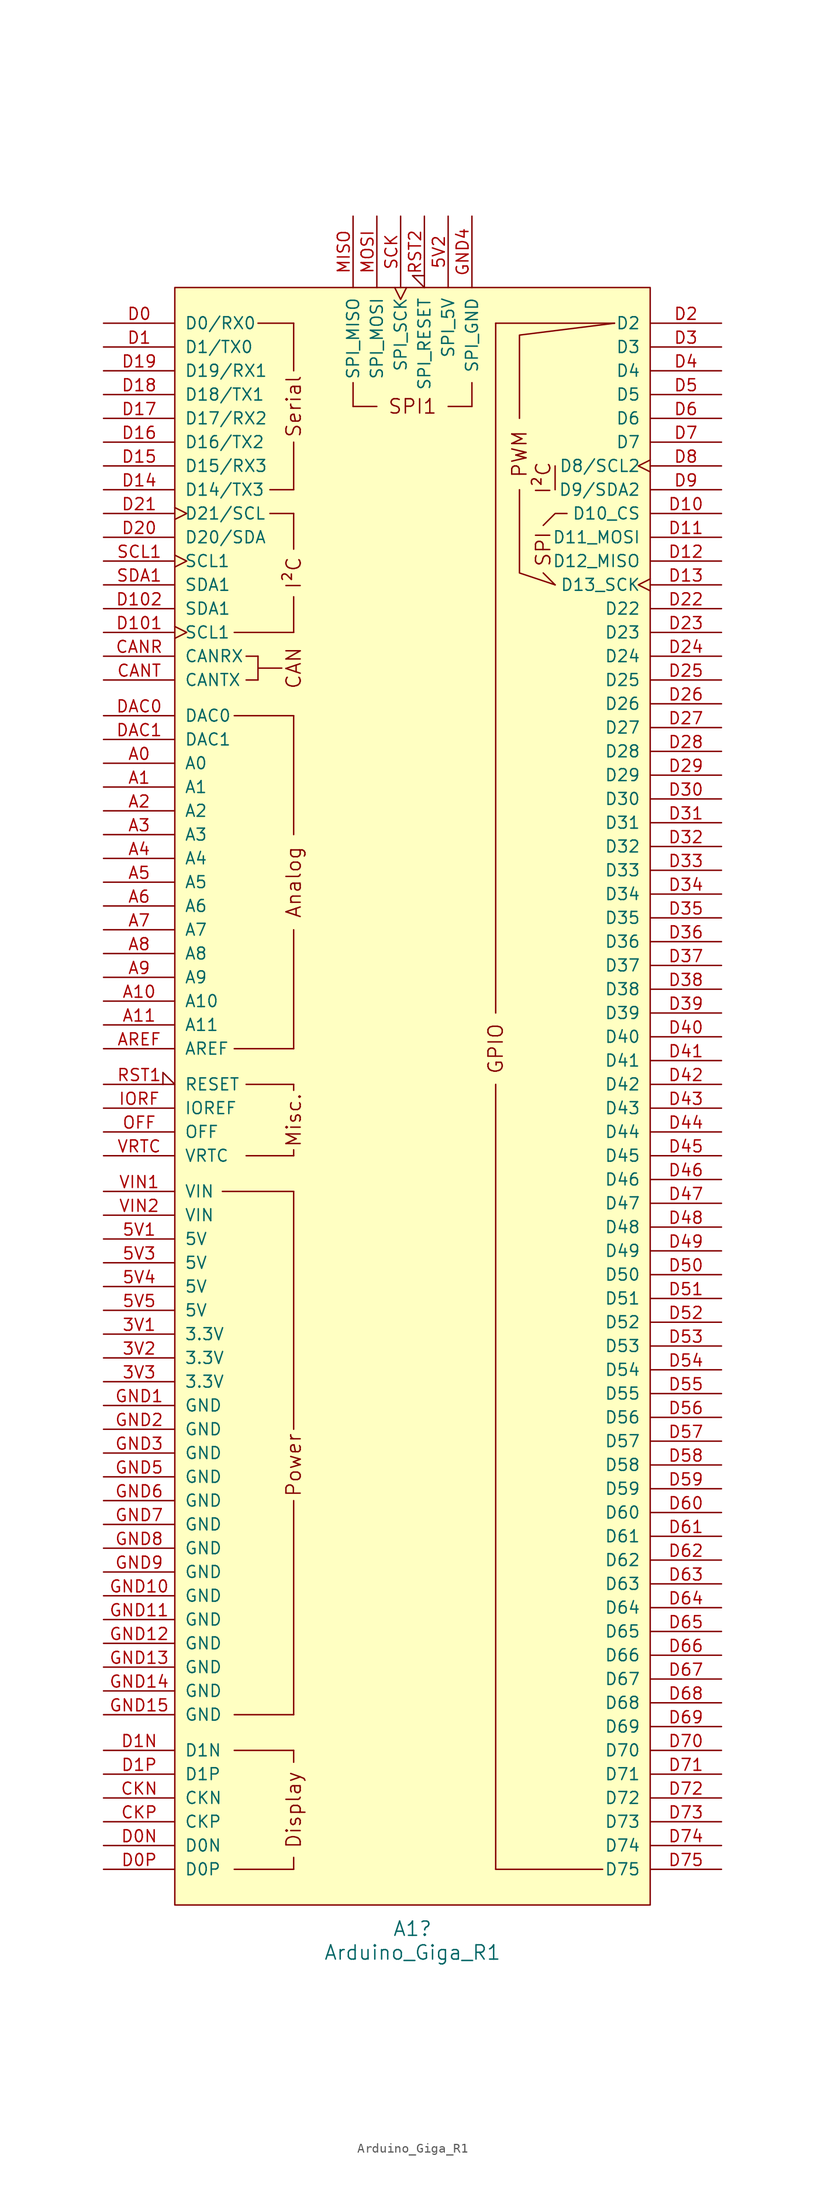
<source format=kicad_sym>
(kicad_symbol_lib
  (version 20231120)
  (generator "kicad_symbol_editor")
  (generator_version "8.0")
  (symbol "Arduino_Giga_R1"
    (pin_names
      (offset 1.016))
    (property "Reference" "A1"
      (at 0 -93.98 0)
      (effects (font (size 1.524 1.524))))
    (property "Value" "Arduino_Giga_R1"
      (at 0 -96.52 0)
      (effects (font (size 1.524 1.524))))
    (symbol "Arduino_Giga_R1_0_0"
      (rectangle (start -20.32 -15.24) (end -12.7 -15.24) (stroke (width 0) (type default)) (fill (type none)))
      (rectangle (start -19.05 -87.63) (end -12.7 -87.63) (stroke (width 0) (type default)) (fill (type none)))
      (rectangle (start -19.05 -74.93) (end -12.7 -74.93) (stroke (width 0) (type default)) (fill (type none)))
      (rectangle (start -19.05 -71.12) (end -12.7 -71.12) (stroke (width 0) (type default)) (fill (type none)))
      (rectangle (start -19.05 0) (end -12.7 0) (stroke (width 0) (type default)) (fill (type none)))
      (rectangle (start -19.05 35.56) (end -12.7 35.56) (stroke (width 0) (type default)) (fill (type none)))
      (rectangle (start -19.05 44.45) (end -12.7 44.45) (stroke (width 0) (type default)) (fill (type none)))
      (rectangle (start -17.78 -11.43) (end -12.7 -11.43) (stroke (width 0) (type default)) (fill (type none)))
      (rectangle (start -17.78 -3.81) (end -12.7 -3.81) (stroke (width 0) (type default)) (fill (type none)))
      (rectangle (start -17.78 39.37) (end -16.51 39.37) (stroke (width 0) (type default)) (fill (type none)))
      (rectangle (start -17.78 41.91) (end -16.51 41.91) (stroke (width 0) (type default)) (fill (type none)))
      (rectangle (start -16.51 40.64) (end -13.97 40.64) (stroke (width 0) (type default)) (fill (type none)))
      (rectangle (start -16.51 41.91) (end -16.51 39.37) (stroke (width 0) (type default)) (fill (type none)))
      (rectangle (start -16.51 77.47) (end -12.7 77.47) (stroke (width 0) (type default)) (fill (type none)))
      (rectangle (start -15.24 57.15) (end -12.7 57.15) (stroke (width 0) (type default)) (fill (type none)))
      (rectangle (start -15.24 59.69) (end -12.7 59.69) (stroke (width 0) (type default)) (fill (type none)))
      (rectangle (start -12.7 -86.36) (end -12.7 -87.63) (stroke (width 0) (type default)) (fill (type none)))
      (rectangle (start -12.7 -74.93) (end -12.7 -76.2) (stroke (width 0) (type default)) (fill (type none)))
      (rectangle (start -12.7 -48.26) (end -12.7 -71.12) (stroke (width 0) (type default)) (fill (type none)))
      (rectangle (start -12.7 -15.24) (end -12.7 -40.64) (stroke (width 0) (type default)) (fill (type none)))
      (rectangle (start -12.7 -10.795) (end -12.7 -11.43) (stroke (width 0) (type default)) (fill (type none)))
      (rectangle (start -12.7 -3.81) (end -12.7 -4.445) (stroke (width 0) (type default)) (fill (type none)))
      (rectangle (start -12.7 12.7) (end -12.7 0) (stroke (width 0) (type default)) (fill (type none)))
      (rectangle (start -12.7 35.56) (end -12.7 22.86) (stroke (width 0) (type default)) (fill (type none)))
      (rectangle (start -12.7 48.26) (end -12.7 44.45) (stroke (width 0) (type default)) (fill (type none)))
      (rectangle (start -12.7 57.15) (end -12.7 53.34) (stroke (width 0) (type default)) (fill (type none)))
      (rectangle (start -12.7 64.77) (end -12.7 59.69) (stroke (width 0) (type default)) (fill (type none)))
      (rectangle (start -12.7 72.39) (end -12.7 77.47) (stroke (width 0) (type default)) (fill (type none)))
      (rectangle (start -6.35 68.58) (end -3.81 68.58) (stroke (width 0) (type default)) (fill (type none)))
      (rectangle (start -6.35 71.12) (end -6.35 68.58) (stroke (width 0) (type default)) (fill (type none)))
      (polyline (pts (xy 8.89 -87.63) (xy 20.32 -87.63)) (stroke (width 0) (type default)) (fill (type none)))
      (polyline (pts (xy 15.24 49.53) (xy 13.97 50.8)) (stroke (width 0) (type default)) (fill (type none)))
      (polyline (pts (xy 15.24 62.23) (xy 15.24 59.69)) (stroke (width 0) (type default)) (fill (type none)))
      (polyline (pts (xy 21.59 77.47) (xy 8.89 77.47)) (stroke (width 0) (type default)) (fill (type none)))
      (polyline (pts (xy 11.43 67.31) (xy 11.43 76.2) (xy 21.59 77.47)) (stroke (width 0) (type default)) (fill (type none)))
      (polyline (pts (xy 13.97 55.88) (xy 15.24 57.15) (xy 16.51 57.15)) (stroke (width 0) (type default)) (fill (type none)))
      (polyline (pts (xy 15.24 49.53) (xy 11.43 50.8) (xy 11.43 59.69)) (stroke (width 0) (type default)) (fill (type none)))
      (rectangle (start 3.81 68.58) (end 6.35 68.58) (stroke (width 0) (type default)) (fill (type none)))
      (rectangle (start 6.35 71.12) (end 6.35 68.58) (stroke (width 0) (type default)) (fill (type none)))
      (text "Analog" (at -12.7 17.78 900) (effects (font (size 1.524 1.524))))
      (text "CAN" (at -12.7 40.64 900) (effects (font (size 1.524 1.524))))
      (text "I²C" (at -12.7 50.8 900) (effects (font (size 1.524 1.524))))
      (text "I²C" (at 13.97 60.96 900) (effects (font (size 1.524 1.524))))
      (text "Misc." (at -12.7 -7.62 900) (effects (font (size 1.524 1.524))))
      (text "Power" (at -12.7 -44.45 900) (effects (font (size 1.524 1.524))))
      (text "PWM" (at 11.43 63.5 900) (effects (font (size 1.524 1.524))))
      (text "Serial" (at -12.7 68.58 900) (effects (font (size 1.524 1.524))))
      (text "SPI" (at 13.97 53.34 900) (effects (font (size 1.524 1.524))))
      (text "SPI1" (at 0 68.58 0) (effects (font (size 1.524 1.524)))))
    (symbol "Arduino_Giga_R1_1_0"
      (rectangle (start -25.4 81.28) (end 25.4 -91.44) (stroke (width 0) (type default)) (fill (type background)))
      (rectangle (start 8.89 -3.81) (end 8.89 -87.63) (stroke (width 0) (type default)) (fill (type none)))
      (rectangle (start 8.89 77.47) (end 8.89 3.81) (stroke (width 0) (type default)) (fill (type none)))
      (text "Display" (at -12.7 -81.28 900) (effects (font (size 1.524 1.524))))
      (text "GPIO" (at 8.89 0 900) (effects (font (size 1.524 1.524))))
      (pin bidirectional line (at 33.02 -34.29 180) (length 7.62) (name "D54" (effects (font (size 1.27 1.27)))) (number "D54" (effects (font (size 1.27 1.27)))))
      (pin bidirectional line (at 33.02 -36.83 180) (length 7.62) (name "D55" (effects (font (size 1.27 1.27)))) (number "D55" (effects (font (size 1.27 1.27)))))
      (pin bidirectional line (at 33.02 -39.37 180) (length 7.62) (name "D56" (effects (font (size 1.27 1.27)))) (number "D56" (effects (font (size 1.27 1.27)))))
      (pin bidirectional line (at 33.02 -41.91 180) (length 7.62) (name "D57" (effects (font (size 1.27 1.27)))) (number "D57" (effects (font (size 1.27 1.27)))))
      (pin bidirectional line (at 33.02 -44.45 180) (length 7.62) (name "D58" (effects (font (size 1.27 1.27)))) (number "D58" (effects (font (size 1.27 1.27)))))
      (pin bidirectional line (at 33.02 -46.99 180) (length 7.62) (name "D59" (effects (font (size 1.27 1.27)))) (number "D59" (effects (font (size 1.27 1.27)))))
      (pin bidirectional line (at 33.02 -49.53 180) (length 7.62) (name "D60" (effects (font (size 1.27 1.27)))) (number "D60" (effects (font (size 1.27 1.27)))))
      (pin bidirectional line (at 33.02 -52.07 180) (length 7.62) (name "D61" (effects (font (size 1.27 1.27)))) (number "D61" (effects (font (size 1.27 1.27)))))
      (pin bidirectional line (at 33.02 -54.61 180) (length 7.62) (name "D62" (effects (font (size 1.27 1.27)))) (number "D62" (effects (font (size 1.27 1.27)))))
      (pin bidirectional line (at 33.02 -57.15 180) (length 7.62) (name "D63" (effects (font (size 1.27 1.27)))) (number "D63" (effects (font (size 1.27 1.27)))))
      (pin bidirectional line (at 33.02 -59.69 180) (length 7.62) (name "D64" (effects (font (size 1.27 1.27)))) (number "D64" (effects (font (size 1.27 1.27)))))
      (pin bidirectional line (at 33.02 -62.23 180) (length 7.62) (name "D65" (effects (font (size 1.27 1.27)))) (number "D65" (effects (font (size 1.27 1.27)))))
      (pin bidirectional line (at 33.02 -64.77 180) (length 7.62) (name "D66" (effects (font (size 1.27 1.27)))) (number "D66" (effects (font (size 1.27 1.27)))))
      (pin bidirectional line (at 33.02 -67.31 180) (length 7.62) (name "D67" (effects (font (size 1.27 1.27)))) (number "D67" (effects (font (size 1.27 1.27)))))
      (pin bidirectional line (at 33.02 -69.85 180) (length 7.62) (name "D68" (effects (font (size 1.27 1.27)))) (number "D68" (effects (font (size 1.27 1.27)))))
      (pin bidirectional line (at 33.02 -72.39 180) (length 7.62) (name "D69" (effects (font (size 1.27 1.27)))) (number "D69" (effects (font (size 1.27 1.27)))))
      (pin bidirectional line (at 33.02 -74.93 180) (length 7.62) (name "D70" (effects (font (size 1.27 1.27)))) (number "D70" (effects (font (size 1.27 1.27)))))
      (pin bidirectional line (at 33.02 -77.47 180) (length 7.62) (name "D71" (effects (font (size 1.27 1.27)))) (number "D71" (effects (font (size 1.27 1.27)))))
      (pin bidirectional line (at 33.02 -80.01 180) (length 7.62) (name "D72" (effects (font (size 1.27 1.27)))) (number "D72" (effects (font (size 1.27 1.27)))))
      (pin bidirectional line (at 33.02 -82.55 180) (length 7.62) (name "D73" (effects (font (size 1.27 1.27)))) (number "D73" (effects (font (size 1.27 1.27)))))
      (pin bidirectional line (at 33.02 -85.09 180) (length 7.62) (name "D74" (effects (font (size 1.27 1.27)))) (number "D74" (effects (font (size 1.27 1.27)))))
      (pin bidirectional line (at 33.02 -87.63 180) (length 7.62) (name "D75" (effects (font (size 1.27 1.27)))) (number "D75" (effects (font (size 1.27 1.27))))))
    (symbol "Arduino_Giga_R1_1_1"
      (pin power_out line (at -33.02 -30.48 0) (length 7.62) (name "3.3V" (effects (font (size 1.27 1.27)))) (number "3V1" (effects (font (size 1.27 1.27)))))
      (pin power_out line (at -33.02 -33.02 0) (length 7.62) (name "3.3V" (effects (font (size 1.27 1.27)))) (number "3V2" (effects (font (size 1.27 1.27)))))
      (pin power_out line (at -33.02 -35.56 0) (length 7.62) (name "3.3V" (effects (font (size 1.27 1.27)))) (number "3V3" (effects (font (size 1.27 1.27)))))
      (pin power_in line (at -33.02 -20.32 0) (length 7.62) (name "5V" (effects (font (size 1.27 1.27)))) (number "5V1" (effects (font (size 1.27 1.27)))))
      (pin power_in line (at 3.81 88.9 270) (length 7.62) (name "SPI_5V" (effects (font (size 1.27 1.27)))) (number "5V2" (effects (font (size 1.27 1.27)))))
      (pin power_in line (at -33.02 -22.86 0) (length 7.62) (name "5V" (effects (font (size 1.27 1.27)))) (number "5V3" (effects (font (size 1.27 1.27)))))
      (pin power_in line (at -33.02 -25.4 0) (length 7.62) (name "5V" (effects (font (size 1.27 1.27)))) (number "5V4" (effects (font (size 1.27 1.27)))))
      (pin power_in line (at -33.02 -27.94 0) (length 7.62) (name "5V" (effects (font (size 1.27 1.27)))) (number "5V5" (effects (font (size 1.27 1.27)))))
      (pin bidirectional line (at -33.02 30.48 0) (length 7.62) (name "A0" (effects (font (size 1.27 1.27)))) (number "A0" (effects (font (size 1.27 1.27)))))
      (pin bidirectional line (at -33.02 27.94 0) (length 7.62) (name "A1" (effects (font (size 1.27 1.27)))) (number "A1" (effects (font (size 1.27 1.27)))))
      (pin input line (at -33.02 5.08 0) (length 7.62) (name "A10" (effects (font (size 1.27 1.27)))) (number "A10" (effects (font (size 1.27 1.27)))))
      (pin input line (at -33.02 2.54 0) (length 7.62) (name "A11" (effects (font (size 1.27 1.27)))) (number "A11" (effects (font (size 1.27 1.27)))))
      (pin bidirectional line (at -33.02 25.4 0) (length 7.62) (name "A2" (effects (font (size 1.27 1.27)))) (number "A2" (effects (font (size 1.27 1.27)))))
      (pin bidirectional line (at -33.02 22.86 0) (length 7.62) (name "A3" (effects (font (size 1.27 1.27)))) (number "A3" (effects (font (size 1.27 1.27)))))
      (pin bidirectional line (at -33.02 20.32 0) (length 7.62) (name "A4" (effects (font (size 1.27 1.27)))) (number "A4" (effects (font (size 1.27 1.27)))))
      (pin bidirectional line (at -33.02 17.78 0) (length 7.62) (name "A5" (effects (font (size 1.27 1.27)))) (number "A5" (effects (font (size 1.27 1.27)))))
      (pin bidirectional line (at -33.02 15.24 0) (length 7.62) (name "A6" (effects (font (size 1.27 1.27)))) (number "A6" (effects (font (size 1.27 1.27)))))
      (pin bidirectional line (at -33.02 12.7 0) (length 7.62) (name "A7" (effects (font (size 1.27 1.27)))) (number "A7" (effects (font (size 1.27 1.27)))))
      (pin input line (at -33.02 10.16 0) (length 7.62) (name "A8" (effects (font (size 1.27 1.27)))) (number "A8" (effects (font (size 1.27 1.27)))))
      (pin input line (at -33.02 7.62 0) (length 7.62) (name "A9" (effects (font (size 1.27 1.27)))) (number "A9" (effects (font (size 1.27 1.27)))))
      (pin input line (at -33.02 0 0) (length 7.62) (name "AREF" (effects (font (size 1.27 1.27)))) (number "AREF" (effects (font (size 1.27 1.27)))))
      (pin bidirectional line (at -33.02 41.91 0) (length 7.62) (name "CANRX" (effects (font (size 1.27 1.27)))) (number "CANR" (effects (font (size 1.27 1.27)))))
      (pin bidirectional line (at -33.02 39.37 0) (length 7.62) (name "CANTX" (effects (font (size 1.27 1.27)))) (number "CANT" (effects (font (size 1.27 1.27)))))
      (pin bidirectional line (at -33.02 -80.01 0) (length 7.62) (name "CKN" (effects (font (size 1.27 1.27)))) (number "CKN" (effects (font (size 1.27 1.27)))))
      (pin bidirectional line (at -33.02 -82.55 0) (length 7.62) (name "CKP" (effects (font (size 1.27 1.27)))) (number "CKP" (effects (font (size 1.27 1.27)))))
      (pin bidirectional line (at -33.02 77.47 0) (length 7.62) (name "D0/RX0" (effects (font (size 1.27 1.27)))) (number "D0" (effects (font (size 1.27 1.27)))))
      (pin bidirectional line (at -33.02 -85.09 0) (length 7.62) (name "D0N" (effects (font (size 1.27 1.27)))) (number "D0N" (effects (font (size 1.27 1.27)))))
      (pin bidirectional line (at -33.02 -87.63 0) (length 7.62) (name "D0P" (effects (font (size 1.27 1.27)))) (number "D0P" (effects (font (size 1.27 1.27)))))
      (pin bidirectional line (at -33.02 74.93 0) (length 7.62) (name "D1/TX0" (effects (font (size 1.27 1.27)))) (number "D1" (effects (font (size 1.27 1.27)))))
      (pin bidirectional line (at 33.02 57.15 180) (length 7.62) (name "D10_CS" (effects (font (size 1.27 1.27)))) (number "D10" (effects (font (size 1.27 1.27)))))
      (pin bidirectional clock (at -33.02 44.45 0) (length 7.62) (name "SCL1" (effects (font (size 1.27 1.27)))) (number "D101" (effects (font (size 1.27 1.27)))))
      (pin bidirectional line (at -33.02 46.99 0) (length 7.62) (name "SDA1" (effects (font (size 1.27 1.27)))) (number "D102" (effects (font (size 1.27 1.27)))))
      (pin bidirectional line (at 33.02 54.61 180) (length 7.62) (name "D11_MOSI" (effects (font (size 1.27 1.27)))) (number "D11" (effects (font (size 1.27 1.27)))))
      (pin bidirectional line (at 33.02 52.07 180) (length 7.62) (name "D12_MISO" (effects (font (size 1.27 1.27)))) (number "D12" (effects (font (size 1.27 1.27)))))
      (pin bidirectional clock (at 33.02 49.53 180) (length 7.62) (name "D13_SCK" (effects (font (size 1.27 1.27)))) (number "D13" (effects (font (size 1.27 1.27)))))
      (pin bidirectional line (at -33.02 59.69 0) (length 7.62) (name "D14/TX3" (effects (font (size 1.27 1.27)))) (number "D14" (effects (font (size 1.27 1.27)))))
      (pin bidirectional line (at -33.02 62.23 0) (length 7.62) (name "D15/RX3" (effects (font (size 1.27 1.27)))) (number "D15" (effects (font (size 1.27 1.27)))))
      (pin bidirectional line (at -33.02 64.77 0) (length 7.62) (name "D16/TX2" (effects (font (size 1.27 1.27)))) (number "D16" (effects (font (size 1.27 1.27)))))
      (pin bidirectional line (at -33.02 67.31 0) (length 7.62) (name "D17/RX2" (effects (font (size 1.27 1.27)))) (number "D17" (effects (font (size 1.27 1.27)))))
      (pin bidirectional line (at -33.02 69.85 0) (length 7.62) (name "D18/TX1" (effects (font (size 1.27 1.27)))) (number "D18" (effects (font (size 1.27 1.27)))))
      (pin bidirectional line (at -33.02 72.39 0) (length 7.62) (name "D19/RX1" (effects (font (size 1.27 1.27)))) (number "D19" (effects (font (size 1.27 1.27)))))
      (pin bidirectional line (at -33.02 -74.93 0) (length 7.62) (name "D1N" (effects (font (size 1.27 1.27)))) (number "D1N" (effects (font (size 1.27 1.27)))))
      (pin bidirectional line (at -33.02 -77.47 0) (length 7.62) (name "D1P" (effects (font (size 1.27 1.27)))) (number "D1P" (effects (font (size 1.27 1.27)))))
      (pin bidirectional line (at 33.02 77.47 180) (length 7.62) (name "D2" (effects (font (size 1.27 1.27)))) (number "D2" (effects (font (size 1.27 1.27)))))
      (pin bidirectional line (at -33.02 54.61 0) (length 7.62) (name "D20/SDA" (effects (font (size 1.27 1.27)))) (number "D20" (effects (font (size 1.27 1.27)))))
      (pin bidirectional clock (at -33.02 57.15 0) (length 7.62) (name "D21/SCL" (effects (font (size 1.27 1.27)))) (number "D21" (effects (font (size 1.27 1.27)))))
      (pin bidirectional line (at 33.02 46.99 180) (length 7.62) (name "D22" (effects (font (size 1.27 1.27)))) (number "D22" (effects (font (size 1.27 1.27)))))
      (pin bidirectional line (at 33.02 44.45 180) (length 7.62) (name "D23" (effects (font (size 1.27 1.27)))) (number "D23" (effects (font (size 1.27 1.27)))))
      (pin bidirectional line (at 33.02 41.91 180) (length 7.62) (name "D24" (effects (font (size 1.27 1.27)))) (number "D24" (effects (font (size 1.27 1.27)))))
      (pin bidirectional line (at 33.02 39.37 180) (length 7.62) (name "D25" (effects (font (size 1.27 1.27)))) (number "D25" (effects (font (size 1.27 1.27)))))
      (pin bidirectional line (at 33.02 36.83 180) (length 7.62) (name "D26" (effects (font (size 1.27 1.27)))) (number "D26" (effects (font (size 1.27 1.27)))))
      (pin bidirectional line (at 33.02 34.29 180) (length 7.62) (name "D27" (effects (font (size 1.27 1.27)))) (number "D27" (effects (font (size 1.27 1.27)))))
      (pin bidirectional line (at 33.02 31.75 180) (length 7.62) (name "D28" (effects (font (size 1.27 1.27)))) (number "D28" (effects (font (size 1.27 1.27)))))
      (pin bidirectional line (at 33.02 29.21 180) (length 7.62) (name "D29" (effects (font (size 1.27 1.27)))) (number "D29" (effects (font (size 1.27 1.27)))))
      (pin bidirectional line (at 33.02 74.93 180) (length 7.62) (name "D3" (effects (font (size 1.27 1.27)))) (number "D3" (effects (font (size 1.27 1.27)))))
      (pin bidirectional line (at 33.02 26.67 180) (length 7.62) (name "D30" (effects (font (size 1.27 1.27)))) (number "D30" (effects (font (size 1.27 1.27)))))
      (pin bidirectional line (at 33.02 24.13 180) (length 7.62) (name "D31" (effects (font (size 1.27 1.27)))) (number "D31" (effects (font (size 1.27 1.27)))))
      (pin bidirectional line (at 33.02 21.59 180) (length 7.62) (name "D32" (effects (font (size 1.27 1.27)))) (number "D32" (effects (font (size 1.27 1.27)))))
      (pin bidirectional line (at 33.02 19.05 180) (length 7.62) (name "D33" (effects (font (size 1.27 1.27)))) (number "D33" (effects (font (size 1.27 1.27)))))
      (pin bidirectional line (at 33.02 16.51 180) (length 7.62) (name "D34" (effects (font (size 1.27 1.27)))) (number "D34" (effects (font (size 1.27 1.27)))))
      (pin bidirectional line (at 33.02 13.97 180) (length 7.62) (name "D35" (effects (font (size 1.27 1.27)))) (number "D35" (effects (font (size 1.27 1.27)))))
      (pin bidirectional line (at 33.02 11.43 180) (length 7.62) (name "D36" (effects (font (size 1.27 1.27)))) (number "D36" (effects (font (size 1.27 1.27)))))
      (pin bidirectional line (at 33.02 8.89 180) (length 7.62) (name "D37" (effects (font (size 1.27 1.27)))) (number "D37" (effects (font (size 1.27 1.27)))))
      (pin bidirectional line (at 33.02 6.35 180) (length 7.62) (name "D38" (effects (font (size 1.27 1.27)))) (number "D38" (effects (font (size 1.27 1.27)))))
      (pin bidirectional line (at 33.02 3.81 180) (length 7.62) (name "D39" (effects (font (size 1.27 1.27)))) (number "D39" (effects (font (size 1.27 1.27)))))
      (pin bidirectional line (at 33.02 72.39 180) (length 7.62) (name "D4" (effects (font (size 1.27 1.27)))) (number "D4" (effects (font (size 1.27 1.27)))))
      (pin bidirectional line (at 33.02 1.27 180) (length 7.62) (name "D40" (effects (font (size 1.27 1.27)))) (number "D40" (effects (font (size 1.27 1.27)))))
      (pin bidirectional line (at 33.02 -1.27 180) (length 7.62) (name "D41" (effects (font (size 1.27 1.27)))) (number "D41" (effects (font (size 1.27 1.27)))))
      (pin bidirectional line (at 33.02 -3.81 180) (length 7.62) (name "D42" (effects (font (size 1.27 1.27)))) (number "D42" (effects (font (size 1.27 1.27)))))
      (pin bidirectional line (at 33.02 -6.35 180) (length 7.62) (name "D43" (effects (font (size 1.27 1.27)))) (number "D43" (effects (font (size 1.27 1.27)))))
      (pin bidirectional line (at 33.02 -8.89 180) (length 7.62) (name "D44" (effects (font (size 1.27 1.27)))) (number "D44" (effects (font (size 1.27 1.27)))))
      (pin bidirectional line (at 33.02 -11.43 180) (length 7.62) (name "D45" (effects (font (size 1.27 1.27)))) (number "D45" (effects (font (size 1.27 1.27)))))
      (pin bidirectional line (at 33.02 -13.97 180) (length 7.62) (name "D46" (effects (font (size 1.27 1.27)))) (number "D46" (effects (font (size 1.27 1.27)))))
      (pin bidirectional line (at 33.02 -16.51 180) (length 7.62) (name "D47" (effects (font (size 1.27 1.27)))) (number "D47" (effects (font (size 1.27 1.27)))))
      (pin bidirectional line (at 33.02 -19.05 180) (length 7.62) (name "D48" (effects (font (size 1.27 1.27)))) (number "D48" (effects (font (size 1.27 1.27)))))
      (pin bidirectional line (at 33.02 -21.59 180) (length 7.62) (name "D49" (effects (font (size 1.27 1.27)))) (number "D49" (effects (font (size 1.27 1.27)))))
      (pin bidirectional line (at 33.02 69.85 180) (length 7.62) (name "D5" (effects (font (size 1.27 1.27)))) (number "D5" (effects (font (size 1.27 1.27)))))
      (pin bidirectional line (at 33.02 -24.13 180) (length 7.62) (name "D50" (effects (font (size 1.27 1.27)))) (number "D50" (effects (font (size 1.27 1.27)))))
      (pin bidirectional line (at 33.02 -26.67 180) (length 7.62) (name "D51" (effects (font (size 1.27 1.27)))) (number "D51" (effects (font (size 1.27 1.27)))))
      (pin bidirectional line (at 33.02 -29.21 180) (length 7.62) (name "D52" (effects (font (size 1.27 1.27)))) (number "D52" (effects (font (size 1.27 1.27)))))
      (pin bidirectional line (at 33.02 -31.75 180) (length 7.62) (name "D53" (effects (font (size 1.27 1.27)))) (number "D53" (effects (font (size 1.27 1.27)))))
      (pin bidirectional line (at 33.02 67.31 180) (length 7.62) (name "D6" (effects (font (size 1.27 1.27)))) (number "D6" (effects (font (size 1.27 1.27)))))
      (pin bidirectional line (at 33.02 64.77 180) (length 7.62) (name "D7" (effects (font (size 1.27 1.27)))) (number "D7" (effects (font (size 1.27 1.27)))))
      (pin bidirectional clock (at 33.02 62.23 180) (length 7.62) (name "D8/SCL2" (effects (font (size 1.27 1.27)))) (number "D8" (effects (font (size 1.27 1.27)))))
      (pin bidirectional line (at 33.02 59.69 180) (length 7.62) (name "D9/SDA2" (effects (font (size 1.27 1.27)))) (number "D9" (effects (font (size 1.27 1.27)))))
      (pin bidirectional line (at -33.02 35.56 0) (length 7.62) (name "DAC0" (effects (font (size 1.27 1.27)))) (number "DAC0" (effects (font (size 1.27 1.27)))))
      (pin bidirectional line (at -33.02 33.02 0) (length 7.62) (name "DAC1" (effects (font (size 1.27 1.27)))) (number "DAC1" (effects (font (size 1.27 1.27)))))
      (pin power_in line (at -33.02 -38.1 0) (length 7.62) (name "GND" (effects (font (size 1.27 1.27)))) (number "GND1" (effects (font (size 1.27 1.27)))))
      (pin power_in line (at -33.02 -58.42 0) (length 7.62) (name "GND" (effects (font (size 1.27 1.27)))) (number "GND10" (effects (font (size 1.27 1.27)))))
      (pin power_in line (at -33.02 -60.96 0) (length 7.62) (name "GND" (effects (font (size 1.27 1.27)))) (number "GND11" (effects (font (size 1.27 1.27)))))
      (pin power_in line (at -33.02 -63.5 0) (length 7.62) (name "GND" (effects (font (size 1.27 1.27)))) (number "GND12" (effects (font (size 1.27 1.27)))))
      (pin power_in line (at -33.02 -66.04 0) (length 7.62) (name "GND" (effects (font (size 1.27 1.27)))) (number "GND13" (effects (font (size 1.27 1.27)))))
      (pin power_in line (at -33.02 -68.58 0) (length 7.62) (name "GND" (effects (font (size 1.27 1.27)))) (number "GND14" (effects (font (size 1.27 1.27)))))
      (pin power_in line (at -33.02 -71.12 0) (length 7.62) (name "GND" (effects (font (size 1.27 1.27)))) (number "GND15" (effects (font (size 1.27 1.27)))))
      (pin power_in line (at -33.02 -40.64 0) (length 7.62) (name "GND" (effects (font (size 1.27 1.27)))) (number "GND2" (effects (font (size 1.27 1.27)))))
      (pin power_in line (at -33.02 -43.18 0) (length 7.62) (name "GND" (effects (font (size 1.27 1.27)))) (number "GND3" (effects (font (size 1.27 1.27)))))
      (pin power_in line (at 6.35 88.9 270) (length 7.62) (name "SPI_GND" (effects (font (size 1.27 1.27)))) (number "GND4" (effects (font (size 1.27 1.27)))))
      (pin power_in line (at -33.02 -45.72 0) (length 7.62) (name "GND" (effects (font (size 1.27 1.27)))) (number "GND5" (effects (font (size 1.27 1.27)))))
      (pin power_in line (at -33.02 -48.26 0) (length 7.62) (name "GND" (effects (font (size 1.27 1.27)))) (number "GND6" (effects (font (size 1.27 1.27)))))
      (pin power_in line (at -33.02 -50.8 0) (length 7.62) (name "GND" (effects (font (size 1.27 1.27)))) (number "GND7" (effects (font (size 1.27 1.27)))))
      (pin power_in line (at -33.02 -53.34 0) (length 7.62) (name "GND" (effects (font (size 1.27 1.27)))) (number "GND8" (effects (font (size 1.27 1.27)))))
      (pin power_in line (at -33.02 -55.88 0) (length 7.62) (name "GND" (effects (font (size 1.27 1.27)))) (number "GND9" (effects (font (size 1.27 1.27)))))
      (pin output line (at -33.02 -6.35 0) (length 7.62) (name "IOREF" (effects (font (size 1.27 1.27)))) (number "IORF" (effects (font (size 1.27 1.27)))))
      (pin input line (at -6.35 88.9 270) (length 7.62) (name "SPI_MISO" (effects (font (size 1.27 1.27)))) (number "MISO" (effects (font (size 1.27 1.27)))))
      (pin output line (at -3.81 88.9 270) (length 7.62) (name "SPI_MOSI" (effects (font (size 1.27 1.27)))) (number "MOSI" (effects (font (size 1.27 1.27)))))
      (pin input line (at -33.02 -8.89 0) (length 7.62) (name "OFF" (effects (font (size 1.27 1.27)))) (number "OFF" (effects (font (size 1.27 1.27)))))
      (pin open_collector input_low (at -33.02 -3.81 0) (length 7.62) (name "RESET" (effects (font (size 1.27 1.27)))) (number "RST1" (effects (font (size 1.27 1.27)))))
      (pin open_collector input_low (at 1.27 88.9 270) (length 7.62) (name "SPI_RESET" (effects (font (size 1.27 1.27)))) (number "RST2" (effects (font (size 1.27 1.27)))))
      (pin output clock (at -1.27 88.9 270) (length 7.62) (name "SPI_SCK" (effects (font (size 1.27 1.27)))) (number "SCK" (effects (font (size 1.27 1.27)))))
      (pin bidirectional clock (at -33.02 52.07 0) (length 7.62) (name "SCL1" (effects (font (size 1.27 1.27)))) (number "SCL1" (effects (font (size 1.27 1.27)))))
      (pin bidirectional line (at -33.02 49.53 0) (length 7.62) (name "SDA1" (effects (font (size 1.27 1.27)))) (number "SDA1" (effects (font (size 1.27 1.27)))))
      (pin power_in line (at -33.02 -15.24 0) (length 7.62) (name "VIN" (effects (font (size 1.27 1.27)))) (number "VIN1" (effects (font (size 1.27 1.27)))))
      (pin power_in line (at -33.02 -17.78 0) (length 7.62) (name "VIN" (effects (font (size 1.27 1.27)))) (number "VIN2" (effects (font (size 1.27 1.27)))))
      (pin power_in line (at -33.02 -11.43 0) (length 7.62) (name "VRTC" (effects (font (size 1.27 1.27)))) (number "VRTC" (effects (font (size 1.27 1.27))))))))
</source>
